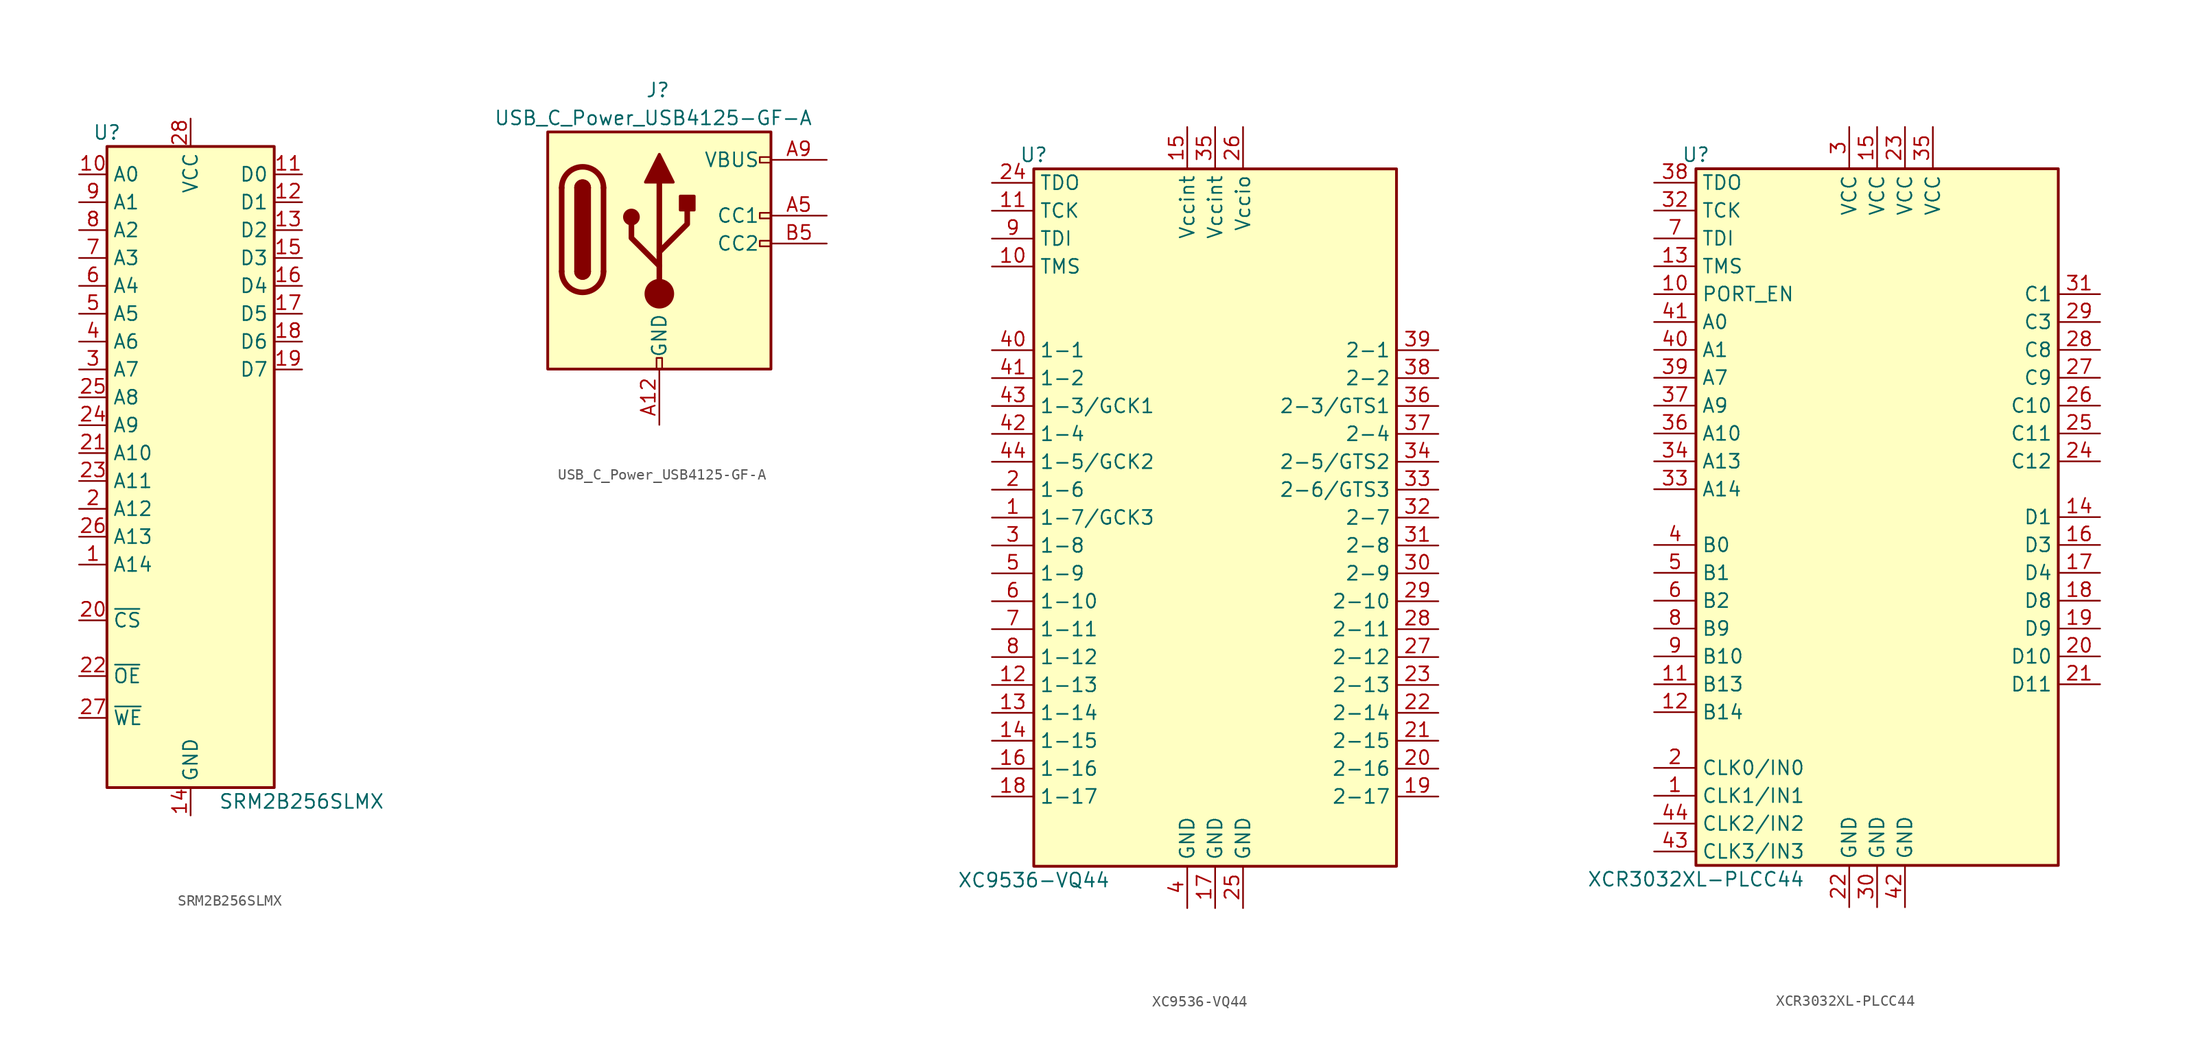
<source format=kicad_sym>
(kicad_symbol_lib
  (version 20211014)
  (generator kicad_symbol_editor)
  (symbol "SRM2B256SLMX"
    (property "Reference" "U"
      (at -7.62 29.21 0)
      (effects (font (size 1.27 1.27))))
    (property "Value" "SRM2B256SLMX"
      (at 2.54 -31.75 0)
      (effects (font (size 1.27 1.27)) (justify left)))
    (symbol "SRM2B256SLMX_1_1"
      (rectangle (start -7.62 27.94) (end 7.62 -30.48) (stroke (width 0.254) (type default) (color 0 0 0 0)) (fill (type background)))
      (pin input line (at -10.16 -10.16 0) (length 2.54) (name "A14" (effects (font (size 1.27 1.27)))) (number "1" (effects (font (size 1.27 1.27)))))
      (pin input line (at -10.16 25.4 0) (length 2.54) (name "A0" (effects (font (size 1.27 1.27)))) (number "10" (effects (font (size 1.27 1.27)))))
      (pin tri_state line (at 10.16 25.4 180) (length 2.54) (name "D0" (effects (font (size 1.27 1.27)))) (number "11" (effects (font (size 1.27 1.27)))))
      (pin tri_state line (at 10.16 22.86 180) (length 2.54) (name "D1" (effects (font (size 1.27 1.27)))) (number "12" (effects (font (size 1.27 1.27)))))
      (pin tri_state line (at 10.16 20.32 180) (length 2.54) (name "D2" (effects (font (size 1.27 1.27)))) (number "13" (effects (font (size 1.27 1.27)))))
      (pin power_in line (at 0 -33.02 90) (length 2.54) (name "GND" (effects (font (size 1.27 1.27)))) (number "14" (effects (font (size 1.27 1.27)))))
      (pin tri_state line (at 10.16 17.78 180) (length 2.54) (name "D3" (effects (font (size 1.27 1.27)))) (number "15" (effects (font (size 1.27 1.27)))))
      (pin tri_state line (at 10.16 15.24 180) (length 2.54) (name "D4" (effects (font (size 1.27 1.27)))) (number "16" (effects (font (size 1.27 1.27)))))
      (pin tri_state line (at 10.16 12.7 180) (length 2.54) (name "D5" (effects (font (size 1.27 1.27)))) (number "17" (effects (font (size 1.27 1.27)))))
      (pin tri_state line (at 10.16 10.16 180) (length 2.54) (name "D6" (effects (font (size 1.27 1.27)))) (number "18" (effects (font (size 1.27 1.27)))))
      (pin tri_state line (at 10.16 7.62 180) (length 2.54) (name "D7" (effects (font (size 1.27 1.27)))) (number "19" (effects (font (size 1.27 1.27)))))
      (pin input line (at -10.16 -5.08 0) (length 2.54) (name "A12" (effects (font (size 1.27 1.27)))) (number "2" (effects (font (size 1.27 1.27)))))
      (pin input line (at -10.16 -15.24 0) (length 2.54) (name "~{CS}" (effects (font (size 1.27 1.27)))) (number "20" (effects (font (size 1.27 1.27)))))
      (pin input line (at -10.16 0 0) (length 2.54) (name "A10" (effects (font (size 1.27 1.27)))) (number "21" (effects (font (size 1.27 1.27)))))
      (pin input line (at -10.16 -20.32 0) (length 2.54) (name "~{OE}" (effects (font (size 1.27 1.27)))) (number "22" (effects (font (size 1.27 1.27)))))
      (pin input line (at -10.16 -2.54 0) (length 2.54) (name "A11" (effects (font (size 1.27 1.27)))) (number "23" (effects (font (size 1.27 1.27)))))
      (pin input line (at -10.16 2.54 0) (length 2.54) (name "A9" (effects (font (size 1.27 1.27)))) (number "24" (effects (font (size 1.27 1.27)))))
      (pin input line (at -10.16 5.08 0) (length 2.54) (name "A8" (effects (font (size 1.27 1.27)))) (number "25" (effects (font (size 1.27 1.27)))))
      (pin input line (at -10.16 -7.62 0) (length 2.54) (name "A13" (effects (font (size 1.27 1.27)))) (number "26" (effects (font (size 1.27 1.27)))))
      (pin input line (at -10.16 -24.13 0) (length 2.54) (name "~{WE}" (effects (font (size 1.27 1.27)))) (number "27" (effects (font (size 1.27 1.27)))))
      (pin power_in line (at 0 30.48 270) (length 2.54) (name "VCC" (effects (font (size 1.27 1.27)))) (number "28" (effects (font (size 1.27 1.27)))))
      (pin input line (at -10.16 7.62 0) (length 2.54) (name "A7" (effects (font (size 1.27 1.27)))) (number "3" (effects (font (size 1.27 1.27)))))
      (pin input line (at -10.16 10.16 0) (length 2.54) (name "A6" (effects (font (size 1.27 1.27)))) (number "4" (effects (font (size 1.27 1.27)))))
      (pin input line (at -10.16 12.7 0) (length 2.54) (name "A5" (effects (font (size 1.27 1.27)))) (number "5" (effects (font (size 1.27 1.27)))))
      (pin input line (at -10.16 15.24 0) (length 2.54) (name "A4" (effects (font (size 1.27 1.27)))) (number "6" (effects (font (size 1.27 1.27)))))
      (pin input line (at -10.16 17.78 0) (length 2.54) (name "A3" (effects (font (size 1.27 1.27)))) (number "7" (effects (font (size 1.27 1.27)))))
      (pin input line (at -10.16 20.32 0) (length 2.54) (name "A2" (effects (font (size 1.27 1.27)))) (number "8" (effects (font (size 1.27 1.27)))))
      (pin input line (at -10.16 22.86 0) (length 2.54) (name "A1" (effects (font (size 1.27 1.27)))) (number "9" (effects (font (size 1.27 1.27)))))))
  (symbol "USB_C_Power_USB4125-GF-A"
    (pin_names
      (offset 1.016))
    (property "Reference" "J"
      (at -1.27 21.59 0)
      (effects (font (size 1.27 1.27)) (justify left)))
    (property "Value" "USB_C_Power_USB4125-GF-A"
      (at 13.97 19.05 0)
      (effects (font (size 1.27 1.27)) (justify right)))
    (symbol "USB_C_Power_USB4125-GF-A_0_0"
      (rectangle (start -0.254 -3.81) (end 0.254 -2.794) (stroke (width 0) (type default) (color 0 0 0 0)) (fill (type none)))
      (rectangle (start 10.16 7.874) (end 9.144 7.366) (stroke (width 0) (type default) (color 0 0 0 0)) (fill (type none)))
      (rectangle (start 10.16 10.414) (end 9.144 9.906) (stroke (width 0) (type default) (color 0 0 0 0)) (fill (type none)))
      (rectangle (start 10.16 15.494) (end 9.144 14.986) (stroke (width 0) (type default) (color 0 0 0 0)) (fill (type none))))
    (symbol "USB_C_Power_USB4125-GF-A_0_1"
      (rectangle (start -10.16 17.78) (end 10.16 -3.81) (stroke (width 0.254) (type default) (color 0 0 0 0)) (fill (type background)))
      (arc (start -8.89 5.08) (mid -6.985 3.175) (end -5.08 5.08) (stroke (width 0.508) (type default) (color 0 0 0 0)) (fill (type none)))
      (arc (start -7.62 5.08) (mid -6.985 4.445) (end -6.35 5.08) (stroke (width 0.254) (type default) (color 0 0 0 0)) (fill (type none)))
      (arc (start -7.62 5.08) (mid -6.985 4.445) (end -6.35 5.08) (stroke (width 0.254) (type default) (color 0 0 0 0)) (fill (type outline)))
      (rectangle (start -7.62 5.08) (end -6.35 12.7) (stroke (width 0.254) (type default) (color 0 0 0 0)) (fill (type outline)))
      (arc (start -6.35 12.7) (mid -6.985 13.335) (end -7.62 12.7) (stroke (width 0.254) (type default) (color 0 0 0 0)) (fill (type none)))
      (arc (start -6.35 12.7) (mid -6.985 13.335) (end -7.62 12.7) (stroke (width 0.254) (type default) (color 0 0 0 0)) (fill (type outline)))
      (arc (start -5.08 12.7) (mid -6.985 14.605) (end -8.89 12.7) (stroke (width 0.508) (type default) (color 0 0 0 0)) (fill (type none)))
      (circle (center -2.54 10.033) (radius 0.635) (stroke (width 0.254) (type default) (color 0 0 0 0)) (fill (type outline)))
      (polyline (pts (xy -8.89 5.08) (xy -8.89 12.7)) (stroke (width 0.508) (type default) (color 0 0 0 0)) (fill (type none)))
      (polyline (pts (xy -5.08 12.7) (xy -5.08 5.08)) (stroke (width 0.508) (type default) (color 0 0 0 0)) (fill (type none)))
      (polyline (pts (xy 0 3.048) (xy 0 13.208)) (stroke (width 0.508) (type default) (color 0 0 0 0)) (fill (type none)))
      (polyline (pts (xy 0 5.588) (xy -2.54 8.128) (xy -2.54 9.398)) (stroke (width 0.508) (type default) (color 0 0 0 0)) (fill (type none)))
      (polyline (pts (xy 0 6.858) (xy 2.54 9.398) (xy 2.54 10.668)) (stroke (width 0.508) (type default) (color 0 0 0 0)) (fill (type none)))
      (polyline (pts (xy -1.27 13.208) (xy 0 15.748) (xy 1.27 13.208) (xy -1.27 13.208)) (stroke (width 0.254) (type default) (color 0 0 0 0)) (fill (type outline)))
      (circle (center 0 3.048) (radius 1.27) (stroke (width 0) (type default) (color 0 0 0 0)) (fill (type outline)))
      (rectangle (start 1.905 10.668) (end 3.175 11.938) (stroke (width 0.254) (type default) (color 0 0 0 0)) (fill (type outline))))
    (symbol "USB_C_Power_USB4125-GF-A_1_1"
      (pin passive line (at 0 -8.89 90) (length 5.08) (name "GND" (effects (font (size 1.27 1.27)))) (number "A12" (effects (font (size 1.27 1.27)))))
      (pin bidirectional line (at 15.24 10.16 180) (length 5.08) (name "CC1" (effects (font (size 1.27 1.27)))) (number "A5" (effects (font (size 1.27 1.27)))))
      (pin passive line (at 15.24 15.24 180) (length 5.08) (name "VBUS" (effects (font (size 1.27 1.27)))) (number "A9" (effects (font (size 1.27 1.27)))))
      (pin passive line (at 0 -8.89 90) (length 5.08) hide (name "GND" (effects (font (size 1.27 1.27)))) (number "B12" (effects (font (size 1.27 1.27)))))
      (pin bidirectional line (at 15.24 7.62 180) (length 5.08) (name "CC2" (effects (font (size 1.27 1.27)))) (number "B5" (effects (font (size 1.27 1.27)))))
      (pin passive line (at 15.24 15.24 180) (length 5.08) hide (name "VBUS" (effects (font (size 1.27 1.27)))) (number "B9" (effects (font (size 1.27 1.27)))))))
  (symbol "XC9536-VQ44"
    (property "Reference" "U"
      (at -16.51 33.02 0)
      (effects (font (size 1.27 1.27))))
    (property "Value" "XC9536-VQ44"
      (at -16.51 -33.02 0)
      (effects (font (size 1.27 1.27))))
    (symbol "XC9536-VQ44_1_1"
      (rectangle (start -16.51 31.75) (end 16.51 -31.75) (stroke (width 0.254) (type default) (color 0 0 0 0)) (fill (type background)))
      (pin passive line (at -20.32 0 0) (length 3.81) (name "1-7/GCK3" (effects (font (size 1.27 1.27)))) (number "1" (effects (font (size 1.27 1.27)))))
      (pin passive line (at -20.32 22.86 0) (length 3.81) (name "TMS" (effects (font (size 1.27 1.27)))) (number "10" (effects (font (size 1.27 1.27)))))
      (pin passive line (at -20.32 27.94 0) (length 3.81) (name "TCK" (effects (font (size 1.27 1.27)))) (number "11" (effects (font (size 1.27 1.27)))))
      (pin passive line (at -20.32 -15.24 0) (length 3.81) (name "1-13" (effects (font (size 1.27 1.27)))) (number "12" (effects (font (size 1.27 1.27)))))
      (pin passive line (at -20.32 -17.78 0) (length 3.81) (name "1-14" (effects (font (size 1.27 1.27)))) (number "13" (effects (font (size 1.27 1.27)))))
      (pin passive line (at -20.32 -20.32 0) (length 3.81) (name "1-15" (effects (font (size 1.27 1.27)))) (number "14" (effects (font (size 1.27 1.27)))))
      (pin power_in line (at -2.54 35.56 270) (length 3.81) (name "Vccint" (effects (font (size 1.27 1.27)))) (number "15" (effects (font (size 1.27 1.27)))))
      (pin passive line (at -20.32 -22.86 0) (length 3.81) (name "1-16" (effects (font (size 1.27 1.27)))) (number "16" (effects (font (size 1.27 1.27)))))
      (pin power_in line (at 0 -35.56 90) (length 3.81) (name "GND" (effects (font (size 1.27 1.27)))) (number "17" (effects (font (size 1.27 1.27)))))
      (pin passive line (at -20.32 -25.4 0) (length 3.81) (name "1-17" (effects (font (size 1.27 1.27)))) (number "18" (effects (font (size 1.27 1.27)))))
      (pin passive line (at 20.32 -25.4 180) (length 3.81) (name "2-17" (effects (font (size 1.27 1.27)))) (number "19" (effects (font (size 1.27 1.27)))))
      (pin passive line (at -20.32 2.54 0) (length 3.81) (name "1-6" (effects (font (size 1.27 1.27)))) (number "2" (effects (font (size 1.27 1.27)))))
      (pin passive line (at 20.32 -22.86 180) (length 3.81) (name "2-16" (effects (font (size 1.27 1.27)))) (number "20" (effects (font (size 1.27 1.27)))))
      (pin passive line (at 20.32 -20.32 180) (length 3.81) (name "2-15" (effects (font (size 1.27 1.27)))) (number "21" (effects (font (size 1.27 1.27)))))
      (pin passive line (at 20.32 -17.78 180) (length 3.81) (name "2-14" (effects (font (size 1.27 1.27)))) (number "22" (effects (font (size 1.27 1.27)))))
      (pin passive line (at 20.32 -15.24 180) (length 3.81) (name "2-13" (effects (font (size 1.27 1.27)))) (number "23" (effects (font (size 1.27 1.27)))))
      (pin passive line (at -20.32 30.48 0) (length 3.81) (name "TDO" (effects (font (size 1.27 1.27)))) (number "24" (effects (font (size 1.27 1.27)))))
      (pin power_in line (at 2.54 -35.56 90) (length 3.81) (name "GND" (effects (font (size 1.27 1.27)))) (number "25" (effects (font (size 1.27 1.27)))))
      (pin power_in line (at 2.54 35.56 270) (length 3.81) (name "Vccio" (effects (font (size 1.27 1.27)))) (number "26" (effects (font (size 1.27 1.27)))))
      (pin passive line (at 20.32 -12.7 180) (length 3.81) (name "2-12" (effects (font (size 1.27 1.27)))) (number "27" (effects (font (size 1.27 1.27)))))
      (pin passive line (at 20.32 -10.16 180) (length 3.81) (name "2-11" (effects (font (size 1.27 1.27)))) (number "28" (effects (font (size 1.27 1.27)))))
      (pin passive line (at 20.32 -7.62 180) (length 3.81) (name "2-10" (effects (font (size 1.27 1.27)))) (number "29" (effects (font (size 1.27 1.27)))))
      (pin passive line (at -20.32 -2.54 0) (length 3.81) (name "1-8" (effects (font (size 1.27 1.27)))) (number "3" (effects (font (size 1.27 1.27)))))
      (pin passive line (at 20.32 -5.08 180) (length 3.81) (name "2-9" (effects (font (size 1.27 1.27)))) (number "30" (effects (font (size 1.27 1.27)))))
      (pin passive line (at 20.32 -2.54 180) (length 3.81) (name "2-8" (effects (font (size 1.27 1.27)))) (number "31" (effects (font (size 1.27 1.27)))))
      (pin passive line (at 20.32 0 180) (length 3.81) (name "2-7" (effects (font (size 1.27 1.27)))) (number "32" (effects (font (size 1.27 1.27)))))
      (pin passive line (at 20.32 2.54 180) (length 3.81) (name "2-6/GTS3" (effects (font (size 1.27 1.27)))) (number "33" (effects (font (size 1.27 1.27)))))
      (pin passive line (at 20.32 5.08 180) (length 3.81) (name "2-5/GTS2" (effects (font (size 1.27 1.27)))) (number "34" (effects (font (size 1.27 1.27)))))
      (pin power_in line (at 0 35.56 270) (length 3.81) (name "Vccint" (effects (font (size 1.27 1.27)))) (number "35" (effects (font (size 1.27 1.27)))))
      (pin passive line (at 20.32 10.16 180) (length 3.81) (name "2-3/GTS1" (effects (font (size 1.27 1.27)))) (number "36" (effects (font (size 1.27 1.27)))))
      (pin passive line (at 20.32 7.62 180) (length 3.81) (name "2-4" (effects (font (size 1.27 1.27)))) (number "37" (effects (font (size 1.27 1.27)))))
      (pin passive line (at 20.32 12.7 180) (length 3.81) (name "2-2" (effects (font (size 1.27 1.27)))) (number "38" (effects (font (size 1.27 1.27)))))
      (pin passive line (at 20.32 15.24 180) (length 3.81) (name "2-1" (effects (font (size 1.27 1.27)))) (number "39" (effects (font (size 1.27 1.27)))))
      (pin power_in line (at -2.54 -35.56 90) (length 3.81) (name "GND" (effects (font (size 1.27 1.27)))) (number "4" (effects (font (size 1.27 1.27)))))
      (pin passive line (at -20.32 15.24 0) (length 3.81) (name "1-1" (effects (font (size 1.27 1.27)))) (number "40" (effects (font (size 1.27 1.27)))))
      (pin passive line (at -20.32 12.7 0) (length 3.81) (name "1-2" (effects (font (size 1.27 1.27)))) (number "41" (effects (font (size 1.27 1.27)))))
      (pin passive line (at -20.32 7.62 0) (length 3.81) (name "1-4" (effects (font (size 1.27 1.27)))) (number "42" (effects (font (size 1.27 1.27)))))
      (pin passive line (at -20.32 10.16 0) (length 3.81) (name "1-3/GCK1" (effects (font (size 1.27 1.27)))) (number "43" (effects (font (size 1.27 1.27)))))
      (pin passive line (at -20.32 5.08 0) (length 3.81) (name "1-5/GCK2" (effects (font (size 1.27 1.27)))) (number "44" (effects (font (size 1.27 1.27)))))
      (pin passive line (at -20.32 -5.08 0) (length 3.81) (name "1-9" (effects (font (size 1.27 1.27)))) (number "5" (effects (font (size 1.27 1.27)))))
      (pin passive line (at -20.32 -7.62 0) (length 3.81) (name "1-10" (effects (font (size 1.27 1.27)))) (number "6" (effects (font (size 1.27 1.27)))))
      (pin passive line (at -20.32 -10.16 0) (length 3.81) (name "1-11" (effects (font (size 1.27 1.27)))) (number "7" (effects (font (size 1.27 1.27)))))
      (pin passive line (at -20.32 -12.7 0) (length 3.81) (name "1-12" (effects (font (size 1.27 1.27)))) (number "8" (effects (font (size 1.27 1.27)))))
      (pin passive line (at -20.32 25.4 0) (length 3.81) (name "TDI" (effects (font (size 1.27 1.27)))) (number "9" (effects (font (size 1.27 1.27)))))))
  (symbol "XCR3032XL-PLCC44"
    (property "Reference" "U"
      (at -16.51 33.02 0)
      (effects (font (size 1.27 1.27))))
    (property "Value" "XCR3032XL-PLCC44"
      (at -16.51 -33.02 0)
      (effects (font (size 1.27 1.27))))
    (symbol "XCR3032XL-PLCC44_1_1"
      (rectangle (start -16.51 31.75) (end 16.51 -31.75) (stroke (width 0.254) (type default) (color 0 0 0 0)) (fill (type background)))
      (pin input line (at -20.32 -25.4 0) (length 3.81) (name "CLK1/IN1" (effects (font (size 1.27 1.27)))) (number "1" (effects (font (size 1.27 1.27)))))
      (pin passive line (at -20.32 20.32 0) (length 3.81) (name "PORT_EN" (effects (font (size 1.27 1.27)))) (number "10" (effects (font (size 1.27 1.27)))))
      (pin passive line (at -20.32 -15.24 0) (length 3.81) (name "B13" (effects (font (size 1.27 1.27)))) (number "11" (effects (font (size 1.27 1.27)))))
      (pin passive line (at -20.32 -17.78 0) (length 3.81) (name "B14" (effects (font (size 1.27 1.27)))) (number "12" (effects (font (size 1.27 1.27)))))
      (pin passive line (at -20.32 22.86 0) (length 3.81) (name "TMS" (effects (font (size 1.27 1.27)))) (number "13" (effects (font (size 1.27 1.27)))))
      (pin passive line (at 20.32 0 180) (length 3.81) (name "D1" (effects (font (size 1.27 1.27)))) (number "14" (effects (font (size 1.27 1.27)))))
      (pin power_in line (at 0 35.56 270) (length 3.81) (name "VCC" (effects (font (size 1.27 1.27)))) (number "15" (effects (font (size 1.27 1.27)))))
      (pin passive line (at 20.32 -2.54 180) (length 3.81) (name "D3" (effects (font (size 1.27 1.27)))) (number "16" (effects (font (size 1.27 1.27)))))
      (pin passive line (at 20.32 -5.08 180) (length 3.81) (name "D4" (effects (font (size 1.27 1.27)))) (number "17" (effects (font (size 1.27 1.27)))))
      (pin passive line (at 20.32 -7.62 180) (length 3.81) (name "D8" (effects (font (size 1.27 1.27)))) (number "18" (effects (font (size 1.27 1.27)))))
      (pin passive line (at 20.32 -10.16 180) (length 3.81) (name "D9" (effects (font (size 1.27 1.27)))) (number "19" (effects (font (size 1.27 1.27)))))
      (pin input line (at -20.32 -22.86 0) (length 3.81) (name "CLK0/IN0" (effects (font (size 1.27 1.27)))) (number "2" (effects (font (size 1.27 1.27)))))
      (pin passive line (at 20.32 -12.7 180) (length 3.81) (name "D10" (effects (font (size 1.27 1.27)))) (number "20" (effects (font (size 1.27 1.27)))))
      (pin passive line (at 20.32 -15.24 180) (length 3.81) (name "D11" (effects (font (size 1.27 1.27)))) (number "21" (effects (font (size 1.27 1.27)))))
      (pin power_in line (at -2.54 -35.56 90) (length 3.81) (name "GND" (effects (font (size 1.27 1.27)))) (number "22" (effects (font (size 1.27 1.27)))))
      (pin power_in line (at 2.54 35.56 270) (length 3.81) (name "VCC" (effects (font (size 1.27 1.27)))) (number "23" (effects (font (size 1.27 1.27)))))
      (pin passive line (at 20.32 5.08 180) (length 3.81) (name "C12" (effects (font (size 1.27 1.27)))) (number "24" (effects (font (size 1.27 1.27)))))
      (pin passive line (at 20.32 7.62 180) (length 3.81) (name "C11" (effects (font (size 1.27 1.27)))) (number "25" (effects (font (size 1.27 1.27)))))
      (pin passive line (at 20.32 10.16 180) (length 3.81) (name "C10" (effects (font (size 1.27 1.27)))) (number "26" (effects (font (size 1.27 1.27)))))
      (pin passive line (at 20.32 12.7 180) (length 3.81) (name "C9" (effects (font (size 1.27 1.27)))) (number "27" (effects (font (size 1.27 1.27)))))
      (pin passive line (at 20.32 15.24 180) (length 3.81) (name "C8" (effects (font (size 1.27 1.27)))) (number "28" (effects (font (size 1.27 1.27)))))
      (pin passive line (at 20.32 17.78 180) (length 3.81) (name "C3" (effects (font (size 1.27 1.27)))) (number "29" (effects (font (size 1.27 1.27)))))
      (pin power_in line (at -2.54 35.56 270) (length 3.81) (name "VCC" (effects (font (size 1.27 1.27)))) (number "3" (effects (font (size 1.27 1.27)))))
      (pin power_in line (at 0 -35.56 90) (length 3.81) (name "GND" (effects (font (size 1.27 1.27)))) (number "30" (effects (font (size 1.27 1.27)))))
      (pin passive line (at 20.32 20.32 180) (length 3.81) (name "C1" (effects (font (size 1.27 1.27)))) (number "31" (effects (font (size 1.27 1.27)))))
      (pin passive line (at -20.32 27.94 0) (length 3.81) (name "TCK" (effects (font (size 1.27 1.27)))) (number "32" (effects (font (size 1.27 1.27)))))
      (pin passive line (at -20.32 2.54 0) (length 3.81) (name "A14" (effects (font (size 1.27 1.27)))) (number "33" (effects (font (size 1.27 1.27)))))
      (pin passive line (at -20.32 5.08 0) (length 3.81) (name "A13" (effects (font (size 1.27 1.27)))) (number "34" (effects (font (size 1.27 1.27)))))
      (pin power_in line (at 5.08 35.56 270) (length 3.81) (name "VCC" (effects (font (size 1.27 1.27)))) (number "35" (effects (font (size 1.27 1.27)))))
      (pin passive line (at -20.32 7.62 0) (length 3.81) (name "A10" (effects (font (size 1.27 1.27)))) (number "36" (effects (font (size 1.27 1.27)))))
      (pin passive line (at -20.32 10.16 0) (length 3.81) (name "A9" (effects (font (size 1.27 1.27)))) (number "37" (effects (font (size 1.27 1.27)))))
      (pin passive line (at -20.32 30.48 0) (length 3.81) (name "TDO" (effects (font (size 1.27 1.27)))) (number "38" (effects (font (size 1.27 1.27)))))
      (pin passive line (at -20.32 12.7 0) (length 3.81) (name "A7" (effects (font (size 1.27 1.27)))) (number "39" (effects (font (size 1.27 1.27)))))
      (pin passive line (at -20.32 -2.54 0) (length 3.81) (name "B0" (effects (font (size 1.27 1.27)))) (number "4" (effects (font (size 1.27 1.27)))))
      (pin passive line (at -20.32 15.24 0) (length 3.81) (name "A1" (effects (font (size 1.27 1.27)))) (number "40" (effects (font (size 1.27 1.27)))))
      (pin passive line (at -20.32 17.78 0) (length 3.81) (name "A0" (effects (font (size 1.27 1.27)))) (number "41" (effects (font (size 1.27 1.27)))))
      (pin power_in line (at 2.54 -35.56 90) (length 3.81) (name "GND" (effects (font (size 1.27 1.27)))) (number "42" (effects (font (size 1.27 1.27)))))
      (pin input line (at -20.32 -30.48 0) (length 3.81) (name "CLK3/IN3" (effects (font (size 1.27 1.27)))) (number "43" (effects (font (size 1.27 1.27)))))
      (pin input line (at -20.32 -27.94 0) (length 3.81) (name "CLK2/IN2" (effects (font (size 1.27 1.27)))) (number "44" (effects (font (size 1.27 1.27)))))
      (pin passive line (at -20.32 -5.08 0) (length 3.81) (name "B1" (effects (font (size 1.27 1.27)))) (number "5" (effects (font (size 1.27 1.27)))))
      (pin passive line (at -20.32 -7.62 0) (length 3.81) (name "B2" (effects (font (size 1.27 1.27)))) (number "6" (effects (font (size 1.27 1.27)))))
      (pin passive line (at -20.32 25.4 0) (length 3.81) (name "TDI" (effects (font (size 1.27 1.27)))) (number "7" (effects (font (size 1.27 1.27)))))
      (pin passive line (at -20.32 -10.16 0) (length 3.81) (name "B9" (effects (font (size 1.27 1.27)))) (number "8" (effects (font (size 1.27 1.27)))))
      (pin passive line (at -20.32 -12.7 0) (length 3.81) (name "B10" (effects (font (size 1.27 1.27)))) (number "9" (effects (font (size 1.27 1.27))))))))
</source>
